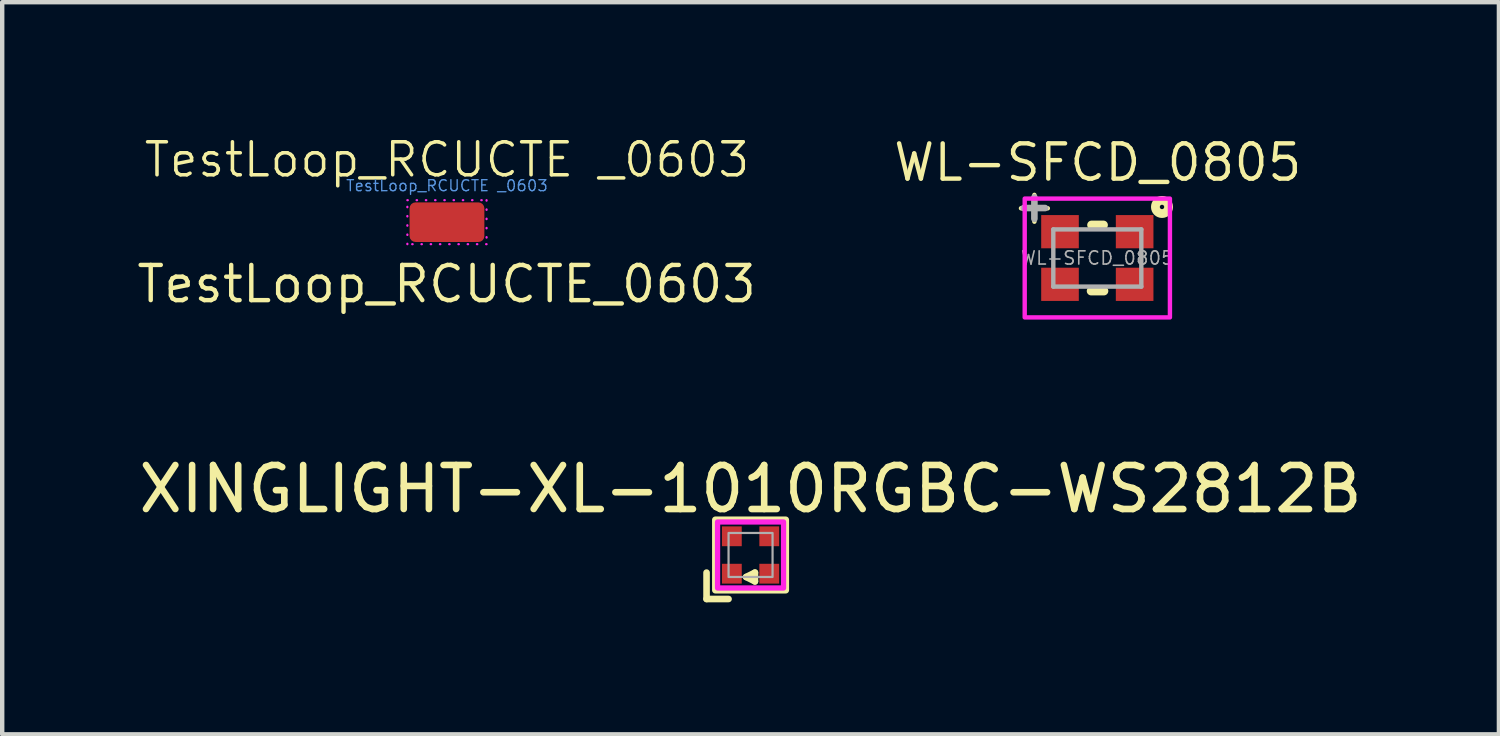
<source format=kicad_pcb>
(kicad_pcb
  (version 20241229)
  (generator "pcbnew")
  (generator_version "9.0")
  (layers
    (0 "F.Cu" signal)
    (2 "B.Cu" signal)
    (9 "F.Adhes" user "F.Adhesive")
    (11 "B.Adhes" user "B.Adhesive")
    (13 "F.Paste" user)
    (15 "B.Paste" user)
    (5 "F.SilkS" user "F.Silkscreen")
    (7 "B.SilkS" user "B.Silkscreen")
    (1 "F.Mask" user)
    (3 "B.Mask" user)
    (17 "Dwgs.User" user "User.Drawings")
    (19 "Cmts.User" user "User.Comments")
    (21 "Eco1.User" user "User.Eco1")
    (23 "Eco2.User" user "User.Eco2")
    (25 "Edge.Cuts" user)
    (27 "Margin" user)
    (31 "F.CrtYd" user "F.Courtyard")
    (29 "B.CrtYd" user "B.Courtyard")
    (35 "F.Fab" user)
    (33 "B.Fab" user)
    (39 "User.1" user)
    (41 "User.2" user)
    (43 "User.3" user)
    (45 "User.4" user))
  (footprint "WL-SFCD_0805"
    (layer "F.Cu")
    (at 21.886 2.813)
    (property "Reference" "WL-SFCD_0805" (at 0.01 -2.17 0) (layer "F.SilkS") (effects (font (size 0.8 0.8) (thickness 0.1))))
    (attr smd)
    (fp_line (start 0.14 -0.75) (end -0.13 -0.75) (stroke (width 0.2) (type solid)) (layer "F.SilkS"))
    (fp_line (start 0.15 0.75) (end -0.14 0.75) (stroke (width 0.2) (type solid)) (layer "F.SilkS"))
    (fp_circle (center 1.47 -1.16) (end 1.52 -1.16) (stroke (width 0.2) (type solid)) (fill no) (layer "F.SilkS"))
    (fp_poly (pts (xy -1.65 -1.35) (xy 1.65 -1.35) (xy 1.65 1.35) (xy -1.65 1.35)) (stroke (width 0.1) (type solid)) (fill no) (layer "F.CrtYd"))
    (fp_line (start -1 -0.65) (end 1 -0.65) (stroke (width 0.1) (type solid)) (layer "F.Fab"))
    (fp_line (start -1 0.65) (end -1 -0.65) (stroke (width 0.1) (type solid)) (layer "F.Fab"))
    (fp_line (start 1 -0.65) (end 1 0.65) (stroke (width 0.1) (type solid)) (layer "F.Fab"))
    (fp_line (start 1 0.65) (end -1 0.65) (stroke (width 0.1) (type solid)) (layer "F.Fab"))
    (fp_text user "+" (at -1.43 -1.19 0) (layer "F.SilkS") (effects (font (size 0.8 0.8) (thickness 0.1))))
    (fp_text user "${REFERENCE}" (at 0 0 0) (unlocked yes) (layer "F.Fab") (effects (font (size 0.3 0.3) (thickness 0.037))))
    (fp_text user "+" (at -1.43 -1.18 0) (layer "F.Fab") (effects (font (size 0.64 0.64) (thickness 0.15))))
    (pad "1" smd rect (at 0.848 -0.598) (size 0.855 0.755) (layers "F.Cu" "F.Mask" "F.Paste"))
    (pad "2" smd rect (at 0.848 0.598) (size 0.855 0.755) (layers "F.Cu" "F.Mask" "F.Paste"))
    (pad "3" smd rect (at -0.848 0.598) (size 0.855 0.755) (layers "F.Cu" "F.Mask" "F.Paste"))
    (pad "4" smd rect (at -0.848 -0.598) (size 0.855 0.755) (layers "F.Cu" "F.Mask" "F.Paste")))
  (footprint "TestLoop_RCUCTE _0603"
    (layer "F.Cu")
    (at 7.107 1.999)
    (property "Reference" "TestLoop_RCUCTE _0603" (at 0 -1.42 0) (unlocked yes) (layer "F.SilkS") (effects (font (size 0.75 0.75) (thickness 0.08))))
    (property "Value" "TestLoop_RCUCTE_0603" (at 0 1 0) (unlocked yes) (layer "F.Fab") (hide yes) (effects (font (size 1 1) (thickness 0.15))))
    (attr smd allow_missing_courtyard dnp)
    (fp_rect (start -0.9 -0.5) (end 0.9 0.5) (stroke (width 0.05) (type dot)) (fill no) (layer "F.CrtYd"))
    (fp_text user "${VALUE}" (at -0.008 1.406 0) (layer "F.SilkS") (effects (font (size 0.8 0.8) (thickness 0.1))))
    (fp_text user "${REFERENCE}" (at 0 -0.83 0) (layer "Cmts.User") (effects (font (size 0.25 0.25) (thickness 0.031))))
    (pad "1" smd roundrect (at 0 0) (size 1.7 0.9) (layers "F.Cu" "F.Mask" "F.Paste") (roundrect_rratio 0.15)))
  (footprint "XINGLIGHT-XL-1010RGBC-WS2812B"
    (layer "F.Cu")
    (at 14.006 9.562)
    (property "Reference" "XINGLIGHT-XL-1010RGBC-WS2812B" (at 0 -1.5 0) (unlocked yes) (layer "F.SilkS") (effects (font (size 1 1) (thickness 0.15))))
    (attr smd)
    (fp_line (start -1 0.4) (end -1 1) (stroke (width 0.15) (type default)) (layer "F.SilkS"))
    (fp_line (start -1 1) (end -0.5 1) (stroke (width 0.15) (type default)) (layer "F.SilkS"))
    (fp_line (start -0.1 0.5) (end 0.1 0.4) (stroke (width 0.15) (type default)) (layer "F.SilkS"))
    (fp_line (start 0.1 0.4) (end 0.1 0.6) (stroke (width 0.15) (type default)) (layer "F.SilkS"))
    (fp_line (start 0.1 0.6) (end -0.1 0.5) (stroke (width 0.15) (type default)) (layer "F.SilkS"))
    (fp_rect (start -0.8 -0.8) (end 0.8 0.8) (stroke (width 0.15) (type default)) (fill no) (layer "F.SilkS"))
    (fp_rect (start -0.75 -0.75) (end 0.75 0.75) (stroke (width 0.12) (type default)) (fill no) (layer "F.CrtYd"))
    (fp_rect (start -0.5 -0.5) (end 0.5 0.5) (stroke (width 0.05) (type default)) (fill no) (layer "F.Fab"))
    (pad "1" smd rect (at -0.425 -0.425) (size 0.45 0.45) (layers "F.Cu" "F.Mask" "F.Paste"))
    (pad "2" smd rect (at 0.425 -0.425) (size 0.45 0.45) (layers "F.Cu" "F.Mask" "F.Paste"))
    (pad "3" smd rect (at -0.425 0.425) (size 0.45 0.45) (layers "F.Cu" "F.Mask" "F.Paste"))
    (pad "4" smd rect (at 0.425 0.425) (size 0.45 0.45) (layers "F.Cu" "F.Mask" "F.Paste")))
  (gr_rect
    (start -3 -3)
    (end 31.012 13.637)
    (stroke (width 0.1) (type default))
    (fill no)
    (layer "Edge.Cuts")))
</source>
